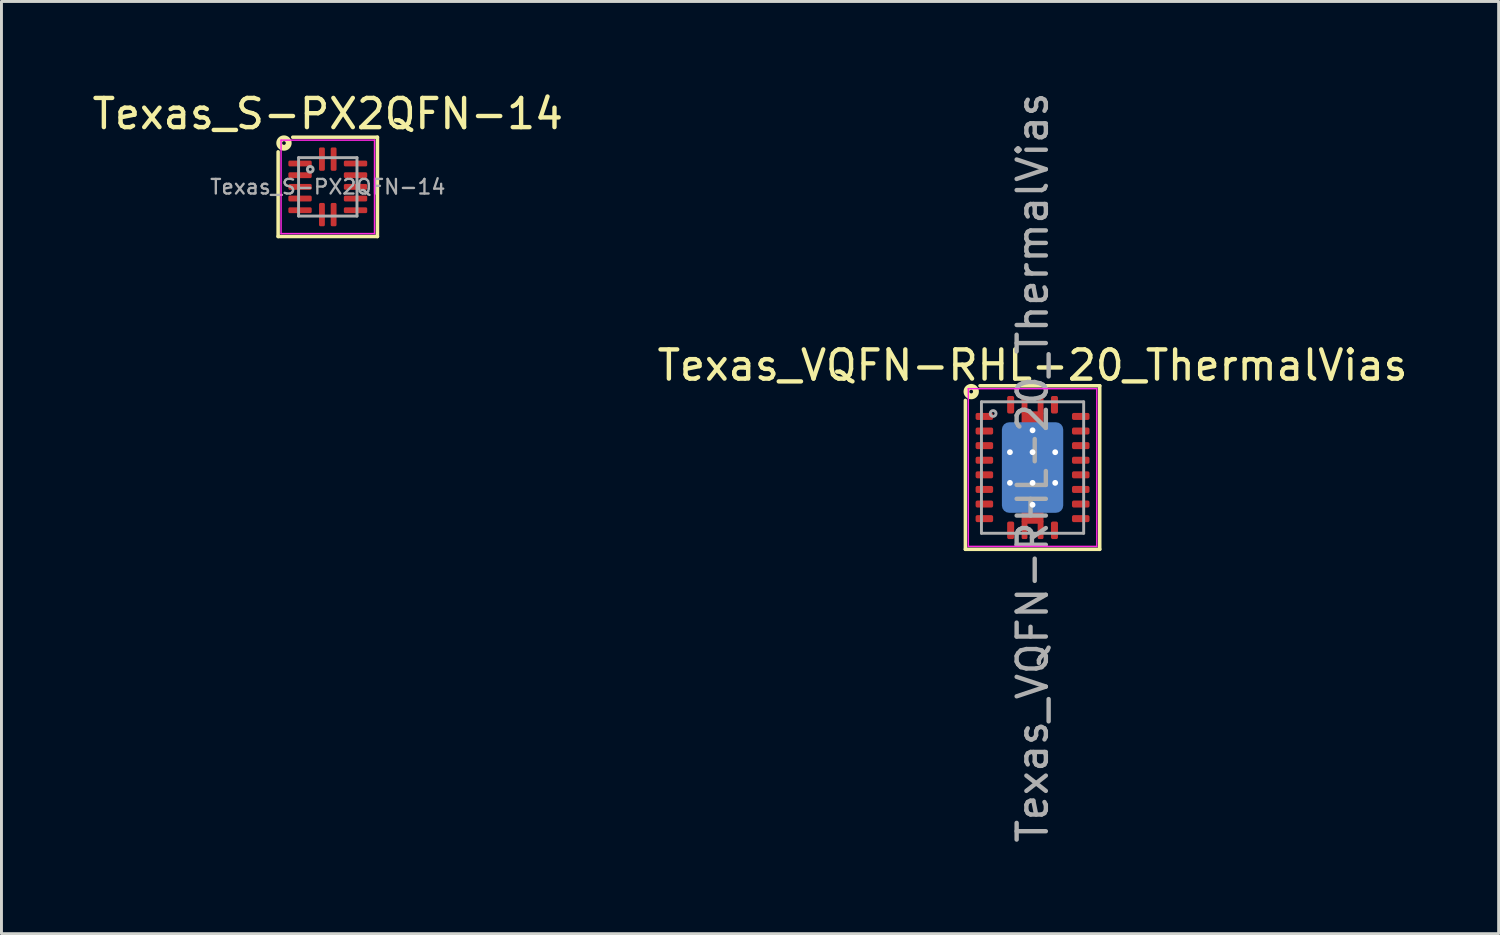
<source format=kicad_pcb>
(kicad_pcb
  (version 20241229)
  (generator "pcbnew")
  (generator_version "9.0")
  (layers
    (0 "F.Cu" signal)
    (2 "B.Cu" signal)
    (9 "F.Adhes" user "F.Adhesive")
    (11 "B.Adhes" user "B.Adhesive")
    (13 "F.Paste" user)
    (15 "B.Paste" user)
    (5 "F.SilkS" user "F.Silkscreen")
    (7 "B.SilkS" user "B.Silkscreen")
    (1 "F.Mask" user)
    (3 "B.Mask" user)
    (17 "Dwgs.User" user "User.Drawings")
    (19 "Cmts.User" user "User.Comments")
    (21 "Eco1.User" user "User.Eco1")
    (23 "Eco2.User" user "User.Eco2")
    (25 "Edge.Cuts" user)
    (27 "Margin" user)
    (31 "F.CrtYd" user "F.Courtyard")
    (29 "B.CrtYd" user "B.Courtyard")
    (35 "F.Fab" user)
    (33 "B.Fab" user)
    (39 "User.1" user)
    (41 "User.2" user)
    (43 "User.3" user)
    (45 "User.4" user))
  (footprint "Texas_S-PX2QFN-14"
    (layer "F.Cu")
    (at 8.173 3.348)
    (property "Reference" "Texas_S-PX2QFN-14" (at 0 -2.5 0) (layer "F.SilkS") (effects (font (size 1 1) (thickness 0.15))))
    (attr smd)
    (fp_line (start -1.7 1.7) (end -1.7 -1.2) (stroke (width 0.12) (type solid)) (layer "F.SilkS"))
    (fp_line (start -1.2 -1.7) (end 1.7 -1.7) (stroke (width 0.12) (type solid)) (layer "F.SilkS"))
    (fp_line (start 1.7 -1.7) (end 1.7 1.7) (stroke (width 0.12) (type solid)) (layer "F.SilkS"))
    (fp_line (start 1.7 1.7) (end -1.7 1.7) (stroke (width 0.12) (type solid)) (layer "F.SilkS"))
    (fp_circle (center -1.5 -1.5) (end -1.437 -1.5) (stroke (width 0.2) (type solid)) (fill no) (layer "F.SilkS"))
    (fp_line (start -1.6 -1.6) (end -1.6 1.6) (stroke (width 0.05) (type solid)) (layer "F.CrtYd"))
    (fp_line (start -1.6 1.6) (end 1.6 1.6) (stroke (width 0.05) (type solid)) (layer "F.CrtYd"))
    (fp_line (start 1.6 -1.6) (end -1.6 -1.6) (stroke (width 0.05) (type solid)) (layer "F.CrtYd"))
    (fp_line (start 1.6 1.6) (end 1.6 -1.6) (stroke (width 0.05) (type solid)) (layer "F.CrtYd"))
    (fp_line (start -1 -1) (end 1 -1) (stroke (width 0.1) (type solid)) (layer "F.Fab"))
    (fp_line (start -1 1) (end -1 -1) (stroke (width 0.1) (type solid)) (layer "F.Fab"))
    (fp_line (start 1 -1) (end 1 1) (stroke (width 0.1) (type solid)) (layer "F.Fab"))
    (fp_line (start 1 1) (end -1 1) (stroke (width 0.1) (type solid)) (layer "F.Fab"))
    (fp_circle (center -0.6 -0.6) (end -0.5 -0.6) (stroke (width 0.1) (type solid)) (fill no) (layer "F.Fab"))
    (fp_text user "${REFERENCE}" (at 0 0 0) (layer "F.Fab") (effects (font (size 0.5 0.5) (thickness 0.08))))
    (pad "1" smd roundrect (at -0.95 -0.8) (size 0.8 0.2) (layers "F.Cu" "F.Mask" "F.Paste") (roundrect_rratio 0.25))
    (pad "2" smd roundrect (at -0.95 -0.4) (size 0.8 0.2) (layers "F.Cu" "F.Mask" "F.Paste") (roundrect_rratio 0.25))
    (pad "3" smd roundrect (at -0.95 0) (size 0.8 0.2) (layers "F.Cu" "F.Mask" "F.Paste") (roundrect_rratio 0.25))
    (pad "4" smd roundrect (at -0.95 0.4) (size 0.8 0.2) (layers "F.Cu" "F.Mask" "F.Paste") (roundrect_rratio 0.25))
    (pad "5" smd roundrect (at -0.95 0.8) (size 0.8 0.2) (layers "F.Cu" "F.Mask" "F.Paste") (roundrect_rratio 0.25))
    (pad "6" smd roundrect (at -0.2 0.95) (size 0.2 0.8) (layers "F.Cu" "F.Mask" "F.Paste") (roundrect_rratio 0.25))
    (pad "7" smd roundrect (at 0.2 0.95) (size 0.2 0.8) (layers "F.Cu" "F.Mask" "F.Paste") (roundrect_rratio 0.25))
    (pad "8" smd roundrect (at 0.95 0.8) (size 0.8 0.2) (layers "F.Cu" "F.Mask" "F.Paste") (roundrect_rratio 0.25))
    (pad "9" smd roundrect (at 0.95 0.4) (size 0.8 0.2) (layers "F.Cu" "F.Mask" "F.Paste") (roundrect_rratio 0.25))
    (pad "10" smd roundrect (at 0.95 0) (size 0.8 0.2) (layers "F.Cu" "F.Mask" "F.Paste") (roundrect_rratio 0.25))
    (pad "11" smd roundrect (at 0.95 -0.4) (size 0.8 0.2) (layers "F.Cu" "F.Mask" "F.Paste") (roundrect_rratio 0.25))
    (pad "12" smd roundrect (at 0.95 -0.8) (size 0.8 0.2) (layers "F.Cu" "F.Mask" "F.Paste") (roundrect_rratio 0.25))
    (pad "13" smd roundrect (at 0.2 -0.95) (size 0.2 0.8) (layers "F.Cu" "F.Mask" "F.Paste") (roundrect_rratio 0.25))
    (pad "14" smd roundrect (at -0.2 -0.95) (size 0.2 0.8) (layers "F.Cu" "F.Mask" "F.Paste") (roundrect_rratio 0.25)))
  (footprint "Texas_VQFN-RHL-20_ThermalVias"
    (layer "F.Cu")
    (at 32.304 12.958)
    (property "Reference" "Texas_VQFN-RHL-20_ThermalVias" (at 0 -3.5 0) (layer "F.SilkS") (effects (font (size 1 1) (thickness 0.15))))
    (attr smd)
    (fp_line (start -2.3 -2.3) (end -2.3 2.8) (stroke (width 0.12) (type solid)) (layer "F.SilkS"))
    (fp_line (start -2.3 2.8) (end 2.3 2.8) (stroke (width 0.12) (type solid)) (layer "F.SilkS"))
    (fp_line (start 2.3 -2.8) (end -1.8 -2.8) (stroke (width 0.12) (type solid)) (layer "F.SilkS"))
    (fp_line (start 2.3 2.8) (end 2.3 -2.8) (stroke (width 0.12) (type solid)) (layer "F.SilkS"))
    (fp_circle (center -2.1 -2.6) (end -2.037 -2.6) (stroke (width 0.2) (type solid)) (fill no) (layer "F.SilkS"))
    (fp_line (start -2.2 -2.7) (end -2.2 2.7) (stroke (width 0.05) (type solid)) (layer "F.CrtYd"))
    (fp_line (start -2.2 -2.7) (end 2.2 -2.7) (stroke (width 0.05) (type solid)) (layer "F.CrtYd"))
    (fp_line (start -2.2 2.7) (end 2.2 2.7) (stroke (width 0.05) (type solid)) (layer "F.CrtYd"))
    (fp_line (start 2.2 -2.7) (end 2.2 2.7) (stroke (width 0.05) (type solid)) (layer "F.CrtYd"))
    (fp_line (start -1.75 -2.25) (end -1.75 2.25) (stroke (width 0.1) (type solid)) (layer "F.Fab"))
    (fp_line (start -1.75 -2.25) (end 1.75 -2.25) (stroke (width 0.1) (type solid)) (layer "F.Fab"))
    (fp_line (start -1.75 2.25) (end 1.75 2.25) (stroke (width 0.1) (type solid)) (layer "F.Fab"))
    (fp_line (start 1.75 -2.25) (end 1.75 2.25) (stroke (width 0.1) (type solid)) (layer "F.Fab"))
    (fp_circle (center -1.35 -1.85) (end -1.25 -1.85) (stroke (width 0.1) (type solid)) (fill no) (layer "F.Fab"))
    (fp_text user "${REFERENCE}" (at 0 0 90) (layer "F.Fab") (effects (font (size 1 1) (thickness 0.15))))
    (pad "" smd roundrect (at -0.56 -1.05) (size 0.92 0.85) (layers "F.Paste") (roundrect_rratio 0.25))
    (pad "" smd roundrect (at -0.56 0) (size 0.92 0.85) (layers "F.Paste") (roundrect_rratio 0.25))
    (pad "" smd roundrect (at -0.56 1.05) (size 0.92 0.85) (layers "F.Paste") (roundrect_rratio 0.25))
    (pad "" smd roundrect (at 0 -1.8) (size 0.75 0.25) (layers "F.Paste") (roundrect_rratio 0.25))
    (pad "" smd roundrect (at 0 1.8) (size 0.75 0.25) (layers "F.Paste") (roundrect_rratio 0.25))
    (pad "" smd roundrect (at 0.56 -1.05) (size 0.92 0.85) (layers "F.Paste") (roundrect_rratio 0.25))
    (pad "" smd roundrect (at 0.56 0) (size 0.92 0.85) (layers "F.Paste") (roundrect_rratio 0.25))
    (pad "" smd roundrect (at 0.56 1.05) (size 0.92 0.85) (layers "F.Paste") (roundrect_rratio 0.25))
    (pad "1" smd roundrect (at -0.75 -2.15) (size 0.24 0.6) (layers "F.Cu" "F.Mask" "F.Paste") (roundrect_rratio 0.25))
    (pad "2" smd roundrect (at -1.65 -1.75) (size 0.6 0.24) (layers "F.Cu" "F.Mask" "F.Paste") (roundrect_rratio 0.25))
    (pad "3" smd roundrect (at -1.65 -1.25) (size 0.6 0.24) (layers "F.Cu" "F.Mask" "F.Paste") (roundrect_rratio 0.25))
    (pad "4" smd roundrect (at -1.65 -0.75) (size 0.6 0.24) (layers "F.Cu" "F.Mask" "F.Paste") (roundrect_rratio 0.25))
    (pad "5" smd roundrect (at -1.65 -0.25) (size 0.6 0.24) (layers "F.Cu" "F.Mask" "F.Paste") (roundrect_rratio 0.25))
    (pad "6" smd roundrect (at -1.65 0.25) (size 0.6 0.24) (layers "F.Cu" "F.Mask" "F.Paste") (roundrect_rratio 0.25))
    (pad "7" smd roundrect (at -1.65 0.75) (size 0.6 0.24) (layers "F.Cu" "F.Mask" "F.Paste") (roundrect_rratio 0.25))
    (pad "8" smd roundrect (at -1.65 1.25) (size 0.6 0.24) (layers "F.Cu" "F.Mask" "F.Paste") (roundrect_rratio 0.25))
    (pad "9" smd roundrect (at -1.65 1.75) (size 0.6 0.24) (layers "F.Cu" "F.Mask" "F.Paste") (roundrect_rratio 0.25))
    (pad "10" smd roundrect (at -0.75 2.15) (size 0.24 0.6) (layers "F.Cu" "F.Mask" "F.Paste") (roundrect_rratio 0.25))
    (pad "11" smd roundrect (at 0.75 2.15) (size 0.24 0.6) (layers "F.Cu" "F.Mask" "F.Paste") (roundrect_rratio 0.25))
    (pad "12" smd roundrect (at 1.65 1.75) (size 0.6 0.24) (layers "F.Cu" "F.Mask" "F.Paste") (roundrect_rratio 0.25))
    (pad "13" smd roundrect (at 1.65 1.25) (size 0.6 0.24) (layers "F.Cu" "F.Mask" "F.Paste") (roundrect_rratio 0.25))
    (pad "14" smd roundrect (at 1.65 0.75) (size 0.6 0.24) (layers "F.Cu" "F.Mask" "F.Paste") (roundrect_rratio 0.25))
    (pad "15" smd roundrect (at 1.65 0.25) (size 0.6 0.24) (layers "F.Cu" "F.Mask" "F.Paste") (roundrect_rratio 0.25))
    (pad "16" smd roundrect (at 1.65 -0.25) (size 0.6 0.24) (layers "F.Cu" "F.Mask" "F.Paste") (roundrect_rratio 0.25))
    (pad "17" smd roundrect (at 1.65 -0.75) (size 0.6 0.24) (layers "F.Cu" "F.Mask" "F.Paste") (roundrect_rratio 0.25))
    (pad "18" smd roundrect (at 1.65 -1.25) (size 0.6 0.24) (layers "F.Cu" "F.Mask" "F.Paste") (roundrect_rratio 0.25))
    (pad "19" smd roundrect (at 1.65 -1.75) (size 0.6 0.24) (layers "F.Cu" "F.Mask" "F.Paste") (roundrect_rratio 0.25))
    (pad "20" smd roundrect (at 0.75 -2.15) (size 0.24 0.6) (layers "F.Cu" "F.Mask" "F.Paste") (roundrect_rratio 0.25))
    (pad "21" thru_hole circle (at -0.775 -0.525) (size 0.5 0.5) (drill 0.2) (property pad_prop_heatsink) (layers "*.Cu"))
    (pad "21" thru_hole circle (at -0.775 0.525) (size 0.5 0.5) (drill 0.2) (property pad_prop_heatsink) (layers "*.Cu"))
    (pad "21" smd roundrect (at -0.275 -2.125) (size 0.2 0.65) (layers "F.Cu" "F.Mask" "F.Paste") (roundrect_rratio 0.25))
    (pad "21" smd roundrect (at -0.275 2.125) (size 0.2 0.65) (layers "F.Cu" "F.Mask" "F.Paste") (roundrect_rratio 0.25))
    (pad "21" smd roundrect (at 0 -1.55) (size 0.75 0.75) (layers "F.Cu" "F.Mask") (roundrect_rratio 0.122))
    (pad "21" thru_hole circle (at 0 -1.275) (size 0.5 0.5) (drill 0.2) (property pad_prop_heatsink) (layers "*.Cu"))
    (pad "21" thru_hole circle (at 0 -0.525) (size 0.5 0.5) (drill 0.2) (property pad_prop_heatsink) (layers "*.Cu"))
    (pad "21" smd roundrect (at 0 0) (size 2.05 3.05) (layers "F.Cu" "F.Mask") (roundrect_rratio 0.122))
    (pad "21" smd roundrect (at 0 0) (size 2.1 3.1) (layers "B.Cu" "B.Mask") (roundrect_rratio 0.119))
    (pad "21" thru_hole circle (at 0 0.525) (size 0.5 0.5) (drill 0.2) (property pad_prop_heatsink) (layers "*.Cu"))
    (pad "21" thru_hole circle (at 0 1.275) (size 0.5 0.5) (drill 0.2) (property pad_prop_heatsink) (layers "*.Cu"))
    (pad "21" smd roundrect (at 0 1.55) (size 0.75 0.75) (layers "F.Cu" "F.Mask") (roundrect_rratio 0.122))
    (pad "21" smd roundrect (at 0.275 -2.125) (size 0.2 0.65) (layers "F.Cu" "F.Mask" "F.Paste") (roundrect_rratio 0.25))
    (pad "21" smd roundrect (at 0.275 2.125) (size 0.2 0.65) (layers "F.Cu" "F.Mask" "F.Paste") (roundrect_rratio 0.25))
    (pad "21" thru_hole circle (at 0.775 -0.525) (size 0.5 0.5) (drill 0.2) (property pad_prop_heatsink) (layers "*.Cu"))
    (pad "21" thru_hole circle (at 0.775 0.525) (size 0.5 0.5) (drill 0.2) (property pad_prop_heatsink) (layers "*.Cu")))
  (gr_rect
    (start -3 -3)
    (end 48.262 28.917)
    (stroke (width 0.1) (type default))
    (fill no)
    (layer "Edge.Cuts")))
</source>
